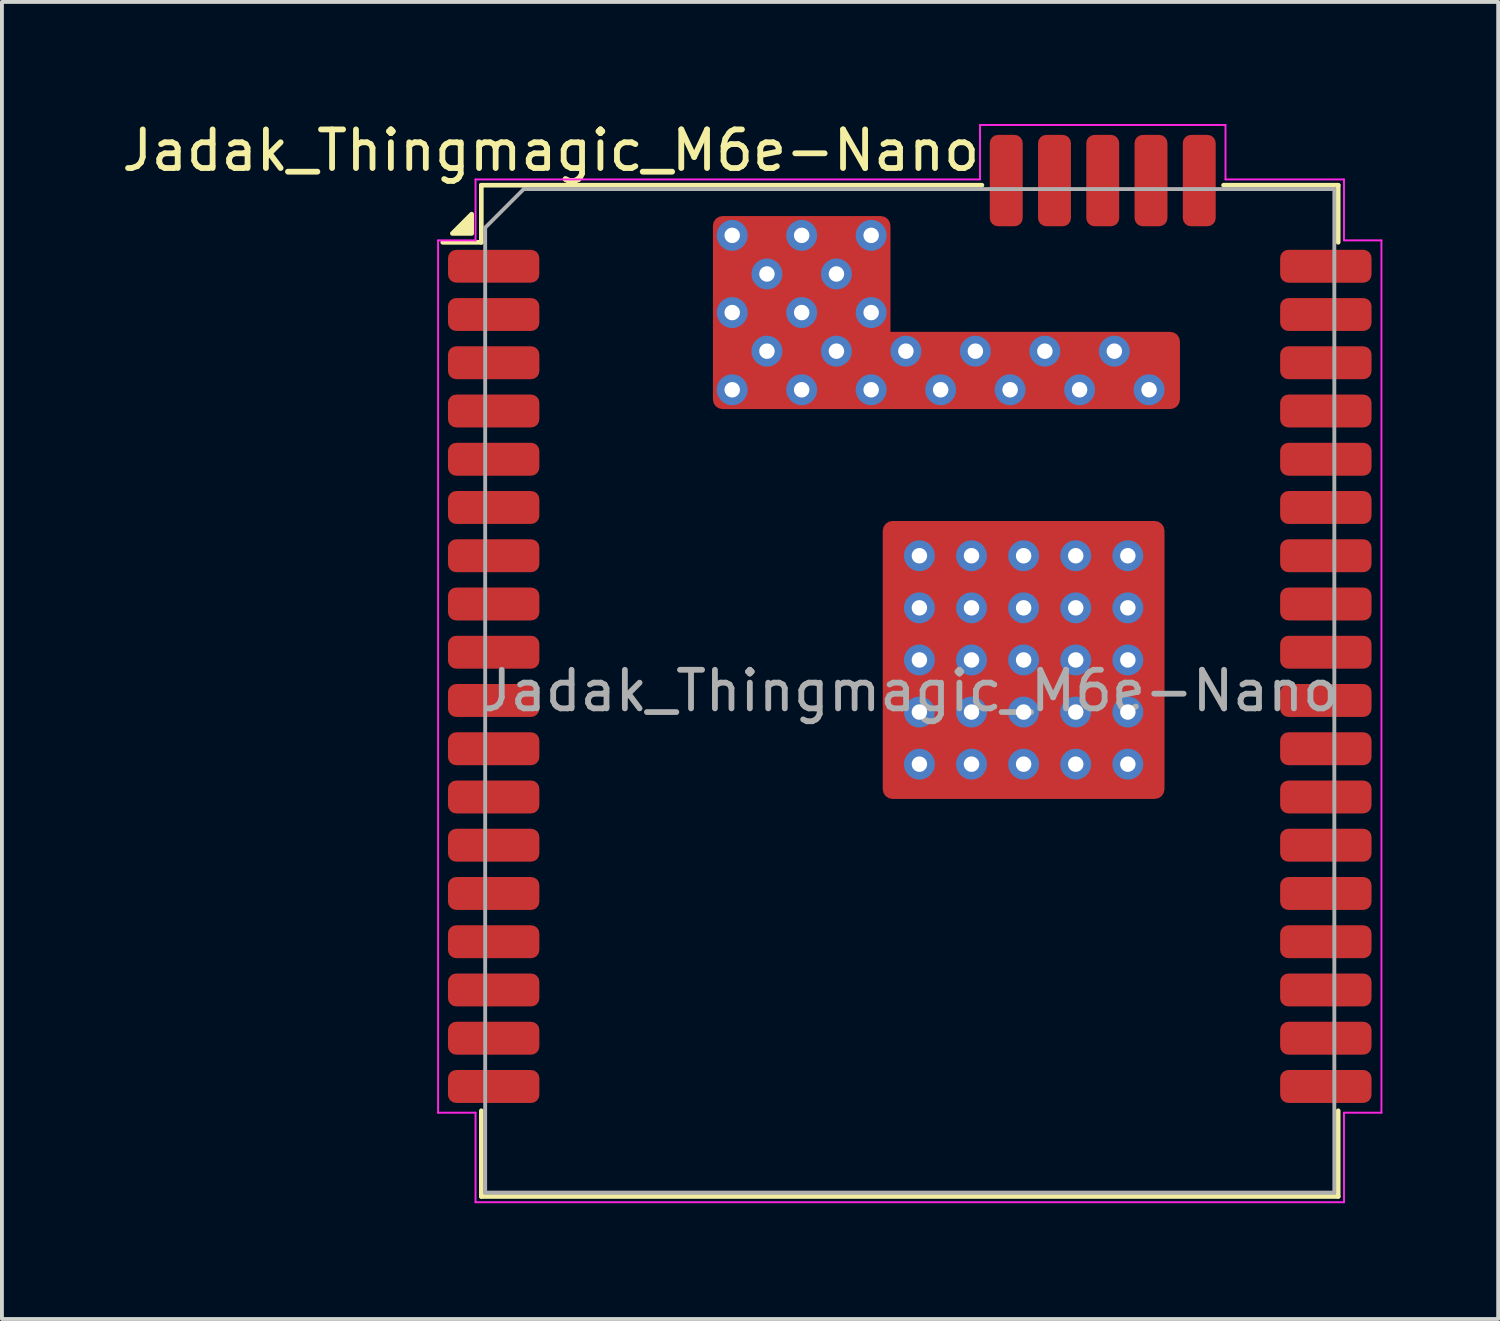
<source format=kicad_pcb>
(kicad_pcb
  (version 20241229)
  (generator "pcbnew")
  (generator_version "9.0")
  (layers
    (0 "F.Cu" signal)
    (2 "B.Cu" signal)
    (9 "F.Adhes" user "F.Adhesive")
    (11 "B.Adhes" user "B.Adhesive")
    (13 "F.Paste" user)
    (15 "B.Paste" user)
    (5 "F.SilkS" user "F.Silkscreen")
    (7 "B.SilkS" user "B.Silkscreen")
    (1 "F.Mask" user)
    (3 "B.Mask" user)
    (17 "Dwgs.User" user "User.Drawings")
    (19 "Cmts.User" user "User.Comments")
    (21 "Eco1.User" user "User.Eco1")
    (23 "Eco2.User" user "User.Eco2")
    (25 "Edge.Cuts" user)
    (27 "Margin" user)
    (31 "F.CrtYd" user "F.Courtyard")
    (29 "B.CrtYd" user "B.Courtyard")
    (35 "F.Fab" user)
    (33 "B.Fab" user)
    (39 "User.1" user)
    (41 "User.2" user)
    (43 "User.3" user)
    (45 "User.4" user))
  (footprint "Jadak_Thingmagic_M6e-Nano"
    (layer "F.Cu")
    (at 20.52 14.848)
    (property "Reference" "Jadak_Thingmagic_M6e-Nano" (at -9.3 -14 0) (layer "F.SilkS") (effects (font (size 1 1) (thickness 0.15))))
    (attr smd)
    (fp_line (start -11.1 -13.1) (end -11.1 -11.62) (stroke (width 0.12) (type solid)) (layer "F.SilkS"))
    (fp_line (start -11.1 -11.62) (end -12.1 -11.62) (stroke (width 0.12) (type solid)) (layer "F.SilkS"))
    (fp_line (start -11.1 10.88) (end -11.1 13.1) (stroke (width 0.12) (type solid)) (layer "F.SilkS"))
    (fp_line (start -11.1 13.1) (end 11.1 13.1) (stroke (width 0.12) (type solid)) (layer "F.SilkS"))
    (fp_line (start 1.87 -13.1) (end -11.1 -13.1) (stroke (width 0.12) (type solid)) (layer "F.SilkS"))
    (fp_line (start 8.13 -13.1) (end 11.1 -13.1) (stroke (width 0.12) (type solid)) (layer "F.SilkS"))
    (fp_line (start 11.1 -13.1) (end 11.1 -11.62) (stroke (width 0.12) (type solid)) (layer "F.SilkS"))
    (fp_line (start 11.1 13.1) (end 11.1 10.88) (stroke (width 0.12) (type solid)) (layer "F.SilkS"))
    (fp_poly (pts (xy -11.35 -11.85) (xy -11.85 -11.85) (xy -11.35 -12.35) (xy -11.35 -11.85)) (stroke (width 0.12) (type solid)) (fill yes) (layer "F.SilkS"))
    (fp_line (start -12.22 -11.67) (end -11.25 -11.67) (stroke (width 0.05) (type solid)) (layer "F.CrtYd"))
    (fp_line (start -12.22 10.93) (end -12.22 -11.67) (stroke (width 0.05) (type solid)) (layer "F.CrtYd"))
    (fp_line (start -11.25 -13.25) (end -11.25 -11.67) (stroke (width 0.05) (type solid)) (layer "F.CrtYd"))
    (fp_line (start -11.25 10.93) (end -12.22 10.93) (stroke (width 0.05) (type solid)) (layer "F.CrtYd"))
    (fp_line (start -11.25 10.93) (end -11.25 13.25) (stroke (width 0.05) (type solid)) (layer "F.CrtYd"))
    (fp_line (start -11.25 13.25) (end 11.25 13.25) (stroke (width 0.05) (type solid)) (layer "F.CrtYd"))
    (fp_line (start 1.82 -14.66) (end 8.18 -14.66) (stroke (width 0.05) (type solid)) (layer "F.CrtYd"))
    (fp_line (start 1.82 -13.25) (end -11.25 -13.25) (stroke (width 0.05) (type solid)) (layer "F.CrtYd"))
    (fp_line (start 1.82 -13.25) (end 1.82 -14.66) (stroke (width 0.05) (type solid)) (layer "F.CrtYd"))
    (fp_line (start 8.18 -14.66) (end 8.18 -13.25) (stroke (width 0.05) (type solid)) (layer "F.CrtYd"))
    (fp_line (start 8.18 -13.25) (end 11.25 -13.25) (stroke (width 0.05) (type solid)) (layer "F.CrtYd"))
    (fp_line (start 11.25 -13.25) (end 11.25 -11.67) (stroke (width 0.05) (type solid)) (layer "F.CrtYd"))
    (fp_line (start 11.25 -11.67) (end 12.22 -11.67) (stroke (width 0.05) (type solid)) (layer "F.CrtYd"))
    (fp_line (start 11.25 10.93) (end 12.22 10.93) (stroke (width 0.05) (type solid)) (layer "F.CrtYd"))
    (fp_line (start 11.25 13.25) (end 11.25 10.93) (stroke (width 0.05) (type solid)) (layer "F.CrtYd"))
    (fp_line (start 12.22 10.93) (end 12.22 -11.67) (stroke (width 0.05) (type solid)) (layer "F.CrtYd"))
    (fp_line (start -11 -12) (end -11 13) (stroke (width 0.1) (type solid)) (layer "F.Fab"))
    (fp_line (start -11 -12) (end -10 -13) (stroke (width 0.1) (type solid)) (layer "F.Fab"))
    (fp_line (start -11 13) (end 11 13) (stroke (width 0.1) (type solid)) (layer "F.Fab"))
    (fp_line (start 11 -13) (end -10 -13) (stroke (width 0.1) (type solid)) (layer "F.Fab"))
    (fp_line (start 11 13) (end 11 -13) (stroke (width 0.1) (type solid)) (layer "F.Fab"))
    (fp_text user "${REFERENCE}" (at 0 0 0) (layer "F.Fab") (effects (font (size 1 1) (thickness 0.15))))
    (pad "" smd rect (at -2.8 -10.95) (size 4.2 2.3) (layers "F.Paste"))
    (pad "" smd rect (at 0.95 -8.3) (size 11.7 1.6) (layers "F.Paste"))
    (pad "" smd rect (at 1 -2.7) (size 3 3) (layers "F.Paste"))
    (pad "" smd rect (at 1 1.1) (size 3 3) (layers "F.Paste"))
    (pad "" smd rect (at 4.9 -2.7) (size 3 3) (layers "F.Paste"))
    (pad "" smd rect (at 4.9 1.1) (size 3 3) (layers "F.Paste"))
    (pad "1" smd roundrect (at -10.78 -11 180) (size 2.365 0.85) (layers "F.Cu" "F.Mask" "F.Paste") (roundrect_rratio 0.25))
    (pad "2" smd roundrect (at -10.78 -9.75 180) (size 2.368 0.853) (layers "F.Cu" "F.Mask" "F.Paste") (roundrect_rratio 0.25))
    (pad "3" smd roundrect (at -10.78 -8.5 180) (size 2.368 0.853) (layers "F.Cu" "F.Mask" "F.Paste") (roundrect_rratio 0.25))
    (pad "4" smd roundrect (at -10.78 -7.25 180) (size 2.368 0.853) (layers "F.Cu" "F.Mask" "F.Paste") (roundrect_rratio 0.25))
    (pad "5" smd roundrect (at -10.78 -6 180) (size 2.368 0.853) (layers "F.Cu" "F.Mask" "F.Paste") (roundrect_rratio 0.25))
    (pad "6" smd roundrect (at -10.78 -4.75 180) (size 2.368 0.853) (layers "F.Cu" "F.Mask" "F.Paste") (roundrect_rratio 0.25))
    (pad "7" smd roundrect (at -10.78 -3.5 180) (size 2.368 0.853) (layers "F.Cu" "F.Mask" "F.Paste") (roundrect_rratio 0.25))
    (pad "8" smd roundrect (at -10.78 -2.25 180) (size 2.368 0.853) (layers "F.Cu" "F.Mask" "F.Paste") (roundrect_rratio 0.25))
    (pad "9" smd roundrect (at -10.78 -1 180) (size 2.368 0.853) (layers "F.Cu" "F.Mask" "F.Paste") (roundrect_rratio 0.25))
    (pad "10" smd roundrect (at -10.78 0.25 180) (size 2.368 0.853) (layers "F.Cu" "F.Mask" "F.Paste") (roundrect_rratio 0.25))
    (pad "11" smd roundrect (at -10.78 1.5 180) (size 2.368 0.853) (layers "F.Cu" "F.Mask" "F.Paste") (roundrect_rratio 0.25))
    (pad "12" smd roundrect (at -10.78 2.75 180) (size 2.368 0.853) (layers "F.Cu" "F.Mask" "F.Paste") (roundrect_rratio 0.25))
    (pad "13" smd roundrect (at -10.78 4 180) (size 2.368 0.853) (layers "F.Cu" "F.Mask" "F.Paste") (roundrect_rratio 0.25))
    (pad "14" smd roundrect (at -10.78 5.25 180) (size 2.368 0.853) (layers "F.Cu" "F.Mask" "F.Paste") (roundrect_rratio 0.25))
    (pad "15" smd roundrect (at -10.78 6.5 180) (size 2.368 0.853) (layers "F.Cu" "F.Mask" "F.Paste") (roundrect_rratio 0.25))
    (pad "16" smd roundrect (at -10.78 7.75 180) (size 2.368 0.853) (layers "F.Cu" "F.Mask" "F.Paste") (roundrect_rratio 0.25))
    (pad "17" smd roundrect (at -10.78 9 180) (size 2.368 0.853) (layers "F.Cu" "F.Mask" "F.Paste") (roundrect_rratio 0.25))
    (pad "18" smd roundrect (at -10.78 10.25 180) (size 2.368 0.853) (layers "F.Cu" "F.Mask" "F.Paste") (roundrect_rratio 0.25))
    (pad "19" smd roundrect (at 10.78 10.25 180) (size 2.368 0.853) (layers "F.Cu" "F.Mask" "F.Paste") (roundrect_rratio 0.25))
    (pad "20" smd roundrect (at 10.78 9 180) (size 2.368 0.853) (layers "F.Cu" "F.Mask" "F.Paste") (roundrect_rratio 0.25))
    (pad "21" smd roundrect (at 10.78 7.75 180) (size 2.368 0.853) (layers "F.Cu" "F.Mask" "F.Paste") (roundrect_rratio 0.25))
    (pad "22" smd roundrect (at 10.78 6.5 180) (size 2.368 0.853) (layers "F.Cu" "F.Mask" "F.Paste") (roundrect_rratio 0.25))
    (pad "23" smd roundrect (at 10.78 5.25 180) (size 2.368 0.853) (layers "F.Cu" "F.Mask" "F.Paste") (roundrect_rratio 0.25))
    (pad "24" smd roundrect (at 10.78 4 180) (size 2.368 0.853) (layers "F.Cu" "F.Mask" "F.Paste") (roundrect_rratio 0.25))
    (pad "25" smd roundrect (at 10.78 2.75 180) (size 2.368 0.853) (layers "F.Cu" "F.Mask" "F.Paste") (roundrect_rratio 0.25))
    (pad "26" smd roundrect (at 10.78 1.5 180) (size 2.368 0.853) (layers "F.Cu" "F.Mask" "F.Paste") (roundrect_rratio 0.25))
    (pad "27" smd roundrect (at 10.78 0.25 180) (size 2.368 0.853) (layers "F.Cu" "F.Mask" "F.Paste") (roundrect_rratio 0.25))
    (pad "28" smd roundrect (at 10.78 -1 180) (size 2.368 0.853) (layers "F.Cu" "F.Mask" "F.Paste") (roundrect_rratio 0.25))
    (pad "29" smd roundrect (at 10.78 -2.25 180) (size 2.368 0.853) (layers "F.Cu" "F.Mask" "F.Paste") (roundrect_rratio 0.25))
    (pad "30" smd roundrect (at 10.78 -3.5 180) (size 2.368 0.853) (layers "F.Cu" "F.Mask" "F.Paste") (roundrect_rratio 0.25))
    (pad "31" smd roundrect (at 10.78 -4.75 180) (size 2.368 0.853) (layers "F.Cu" "F.Mask" "F.Paste") (roundrect_rratio 0.25))
    (pad "32" smd roundrect (at 10.78 -6 180) (size 2.368 0.853) (layers "F.Cu" "F.Mask" "F.Paste") (roundrect_rratio 0.25))
    (pad "33" smd roundrect (at 10.78 -7.25 180) (size 2.368 0.853) (layers "F.Cu" "F.Mask" "F.Paste") (roundrect_rratio 0.25))
    (pad "34" smd roundrect (at 10.78 -8.5 180) (size 2.368 0.853) (layers "F.Cu" "F.Mask" "F.Paste") (roundrect_rratio 0.25))
    (pad "35" smd roundrect (at 10.78 -9.75 180) (size 2.368 0.853) (layers "F.Cu" "F.Mask" "F.Paste") (roundrect_rratio 0.25))
    (pad "36" smd roundrect (at 10.78 -11 180) (size 2.368 0.853) (layers "F.Cu" "F.Mask" "F.Paste") (roundrect_rratio 0.25))
    (pad "37" smd roundrect (at 7.5 -13.22 90) (size 2.368 0.853) (layers "F.Cu" "F.Mask" "F.Paste") (roundrect_rratio 0.25))
    (pad "38" smd roundrect (at 6.25 -13.22 90) (size 2.368 0.853) (layers "F.Cu" "F.Mask" "F.Paste") (roundrect_rratio 0.25))
    (pad "39" smd roundrect (at 5 -13.22 90) (size 2.368 0.853) (layers "F.Cu" "F.Mask" "F.Paste") (roundrect_rratio 0.25))
    (pad "40" smd roundrect (at 3.75 -13.22 90) (size 2.368 0.853) (layers "F.Cu" "F.Mask" "F.Paste") (roundrect_rratio 0.25))
    (pad "41" thru_hole circle (at -4.6 -11.8) (size 0.8 0.8) (drill 0.4) (property pad_prop_heatsink) (layers "*.Cu" "F.Mask"))
    (pad "41" thru_hole circle (at -4.6 -9.8) (size 0.8 0.8) (drill 0.4) (property pad_prop_heatsink) (layers "*.Cu" "F.Mask"))
    (pad "41" thru_hole circle (at -4.6 -7.8) (size 0.8 0.8) (drill 0.4) (property pad_prop_heatsink) (layers "*.Cu" "F.Mask"))
    (pad "41" thru_hole circle (at -3.7 -10.8) (size 0.8 0.8) (drill 0.4) (property pad_prop_heatsink) (layers "*.Cu" "F.Mask"))
    (pad "41" thru_hole circle (at -3.7 -8.8) (size 0.8 0.8) (drill 0.4) (property pad_prop_heatsink) (layers "*.Cu" "F.Mask"))
    (pad "41" thru_hole circle (at -2.8 -11.8) (size 0.8 0.8) (drill 0.4) (property pad_prop_heatsink) (layers "*.Cu" "F.Mask"))
    (pad "41" thru_hole circle (at -2.8 -9.8) (size 0.8 0.8) (drill 0.4) (property pad_prop_heatsink) (layers "*.Cu" "F.Mask"))
    (pad "41" smd roundrect (at -2.8 -9.8) (size 4.6 5) (property pad_prop_heatsink) (layers "F.Cu" "F.Mask") (roundrect_rratio 0.054))
    (pad "41" thru_hole circle (at -2.8 -7.8) (size 0.8 0.8) (drill 0.4) (property pad_prop_heatsink) (layers "*.Cu" "F.Mask"))
    (pad "41" thru_hole circle (at -1.9 -10.8) (size 0.8 0.8) (drill 0.4) (property pad_prop_heatsink) (layers "*.Cu" "F.Mask"))
    (pad "41" thru_hole circle (at -1.9 -8.8) (size 0.8 0.8) (drill 0.4) (property pad_prop_heatsink) (layers "*.Cu" "F.Mask"))
    (pad "41" thru_hole circle (at -1 -11.8) (size 0.8 0.8) (drill 0.4) (property pad_prop_heatsink) (layers "*.Cu" "F.Mask"))
    (pad "41" thru_hole circle (at -1 -9.8) (size 0.8 0.8) (drill 0.4) (property pad_prop_heatsink) (layers "*.Cu" "F.Mask"))
    (pad "41" thru_hole circle (at -1 -7.8) (size 0.8 0.8) (drill 0.4) (property pad_prop_heatsink) (layers "*.Cu" "F.Mask"))
    (pad "41" thru_hole circle (at -0.1 -8.8) (size 0.8 0.8) (drill 0.4) (property pad_prop_heatsink) (layers "*.Cu" "F.Mask"))
    (pad "41" thru_hole circle (at 0.25 -3.5) (size 0.8 0.8) (drill 0.4) (property pad_prop_heatsink) (layers "*.Cu" "F.Mask"))
    (pad "41" thru_hole circle (at 0.25 -2.15) (size 0.8 0.8) (drill 0.4) (property pad_prop_heatsink) (layers "*.Cu" "F.Mask"))
    (pad "41" thru_hole circle (at 0.25 -0.8) (size 0.8 0.8) (drill 0.4) (property pad_prop_heatsink) (layers "*.Cu" "F.Mask"))
    (pad "41" thru_hole circle (at 0.25 0.55) (size 0.8 0.8) (drill 0.4) (property pad_prop_heatsink) (layers "*.Cu" "F.Mask"))
    (pad "41" thru_hole circle (at 0.25 1.9) (size 0.8 0.8) (drill 0.4) (property pad_prop_heatsink) (layers "*.Cu" "F.Mask"))
    (pad "41" thru_hole circle (at 0.8 -7.8) (size 0.8 0.8) (drill 0.4) (property pad_prop_heatsink) (layers "*.Cu" "F.Mask"))
    (pad "41" thru_hole circle (at 1.6 -3.5) (size 0.8 0.8) (drill 0.4) (property pad_prop_heatsink) (layers "*.Cu" "F.Mask"))
    (pad "41" thru_hole circle (at 1.6 -2.15) (size 0.8 0.8) (drill 0.4) (property pad_prop_heatsink) (layers "*.Cu" "F.Mask"))
    (pad "41" thru_hole circle (at 1.6 -0.8) (size 0.8 0.8) (drill 0.4) (property pad_prop_heatsink) (layers "*.Cu" "F.Mask"))
    (pad "41" thru_hole circle (at 1.6 0.55) (size 0.8 0.8) (drill 0.4) (property pad_prop_heatsink) (layers "*.Cu" "F.Mask"))
    (pad "41" thru_hole circle (at 1.6 1.9) (size 0.8 0.8) (drill 0.4) (property pad_prop_heatsink) (layers "*.Cu" "F.Mask"))
    (pad "41" thru_hole circle (at 1.7 -8.8) (size 0.8 0.8) (drill 0.4) (property pad_prop_heatsink) (layers "*.Cu" "F.Mask"))
    (pad "41" smd roundrect (at 2.5 -13.22 90) (size 2.368 0.853) (layers "F.Cu" "F.Mask" "F.Paste") (roundrect_rratio 0.25))
    (pad "41" thru_hole circle (at 2.6 -7.8) (size 0.8 0.8) (drill 0.4) (property pad_prop_heatsink) (layers "*.Cu" "F.Mask"))
    (pad "41" thru_hole circle (at 2.95 -3.5) (size 0.8 0.8) (drill 0.4) (property pad_prop_heatsink) (layers "*.Cu" "F.Mask"))
    (pad "41" thru_hole circle (at 2.95 -2.15) (size 0.8 0.8) (drill 0.4) (property pad_prop_heatsink) (layers "*.Cu" "F.Mask"))
    (pad "41" thru_hole circle (at 2.95 -0.8) (size 0.8 0.8) (drill 0.4) (property pad_prop_heatsink) (layers "*.Cu" "F.Mask"))
    (pad "41" smd roundrect (at 2.95 -0.8) (size 7.3 7.2) (property pad_prop_heatsink) (layers "F.Cu" "F.Mask") (roundrect_rratio 0.035))
    (pad "41" thru_hole circle (at 2.95 0.55) (size 0.8 0.8) (drill 0.4) (property pad_prop_heatsink) (layers "*.Cu" "F.Mask"))
    (pad "41" thru_hole circle (at 2.95 1.9) (size 0.8 0.8) (drill 0.4) (property pad_prop_heatsink) (layers "*.Cu" "F.Mask"))
    (pad "41" smd roundrect (at 3.25 -8.3) (size 8 2) (drill (offset -0.25 0)) (property pad_prop_heatsink) (layers "F.Cu" "F.Mask") (roundrect_rratio 0.125))
    (pad "41" thru_hole circle (at 3.5 -8.8) (size 0.8 0.8) (drill 0.4) (property pad_prop_heatsink) (layers "*.Cu" "F.Mask"))
    (pad "41" thru_hole circle (at 4.3 -3.5) (size 0.8 0.8) (drill 0.4) (property pad_prop_heatsink) (layers "*.Cu" "F.Mask"))
    (pad "41" thru_hole circle (at 4.3 -2.15) (size 0.8 0.8) (drill 0.4) (property pad_prop_heatsink) (layers "*.Cu" "F.Mask"))
    (pad "41" thru_hole circle (at 4.3 -0.8) (size 0.8 0.8) (drill 0.4) (property pad_prop_heatsink) (layers "*.Cu" "F.Mask"))
    (pad "41" thru_hole circle (at 4.3 0.55) (size 0.8 0.8) (drill 0.4) (property pad_prop_heatsink) (layers "*.Cu" "F.Mask"))
    (pad "41" thru_hole circle (at 4.3 1.9) (size 0.8 0.8) (drill 0.4) (property pad_prop_heatsink) (layers "*.Cu" "F.Mask"))
    (pad "41" thru_hole circle (at 4.4 -7.8) (size 0.8 0.8) (drill 0.4) (property pad_prop_heatsink) (layers "*.Cu" "F.Mask"))
    (pad "41" thru_hole circle (at 5.3 -8.8) (size 0.8 0.8) (drill 0.4) (property pad_prop_heatsink) (layers "*.Cu" "F.Mask"))
    (pad "41" thru_hole circle (at 5.65 -3.5) (size 0.8 0.8) (drill 0.4) (property pad_prop_heatsink) (layers "*.Cu" "F.Mask"))
    (pad "41" thru_hole circle (at 5.65 -2.15) (size 0.8 0.8) (drill 0.4) (property pad_prop_heatsink) (layers "*.Cu" "F.Mask"))
    (pad "41" thru_hole circle (at 5.65 -0.8) (size 0.8 0.8) (drill 0.4) (property pad_prop_heatsink) (layers "*.Cu" "F.Mask"))
    (pad "41" thru_hole circle (at 5.65 0.55) (size 0.8 0.8) (drill 0.4) (property pad_prop_heatsink) (layers "*.Cu" "F.Mask"))
    (pad "41" thru_hole circle (at 5.65 1.9) (size 0.8 0.8) (drill 0.4) (property pad_prop_heatsink) (layers "*.Cu" "F.Mask"))
    (pad "41" thru_hole circle (at 6.2 -7.8) (size 0.8 0.8) (drill 0.4) (property pad_prop_heatsink) (layers "*.Cu" "F.Mask"))
    (zone (net_name "") (layers "F.Cu" "Dwgs.User") (hatch edge 0.5) (connect_pads) (min_thickness 0.25) (filled_areas_thickness no) (keepout (tracks not_allowed) (vias not_allowed) (pads not_allowed) (copperpour not_allowed) (footprints allowed)) (placement (enabled no)) (fill) (polygon (pts (xy 11.32 2.948) (xy 15.42 2.948) (xy 15.42 10.448) (xy 19.82 10.448) (xy 19.82 17.648) (xy 29.72 17.648) (xy 29.72 27.148) (xy 11.32 27.148))))
    (zone (net_name "") (layers "F.Cu" "Dwgs.User") (hatch edge 0.5) (connect_pads) (min_thickness 0.25) (filled_areas_thickness no) (keepout (tracks not_allowed) (vias not_allowed) (pads not_allowed) (copperpour not_allowed) (footprints allowed)) (placement (enabled no)) (fill) (polygon (pts (xy 20.02 2.948) (xy 29.72 2.948) (xy 29.72 17.648) (xy 27.12 17.648) (xy 27.12 10.448) (xy 15.42 10.448) (xy 15.42 7.548) (xy 27.52 7.548) (xy 27.52 5.548) (xy 20.02 5.548)))))
  (gr_rect
    (start -3 -3)
    (end 35.765 31.123)
    (stroke (width 0.1) (type default))
    (fill no)
    (layer "Edge.Cuts")))
</source>
